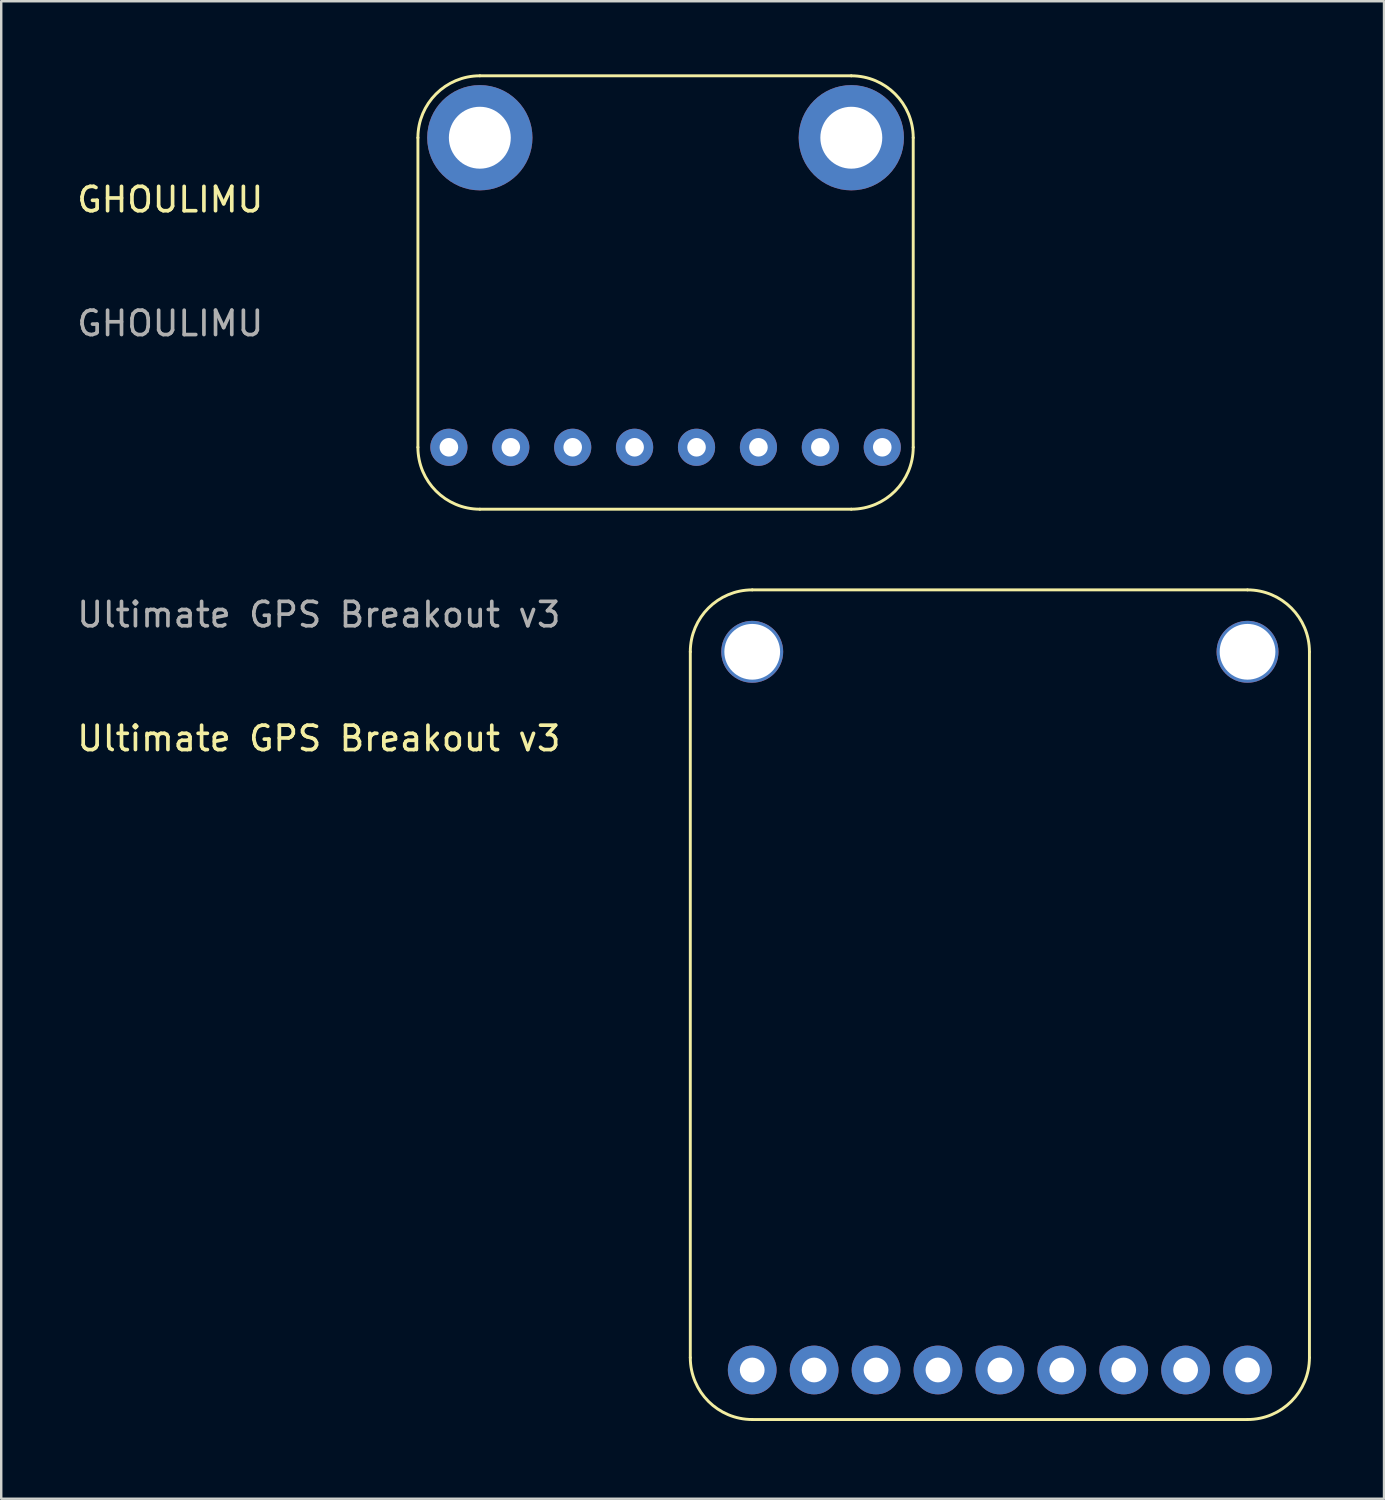
<source format=kicad_pcb>
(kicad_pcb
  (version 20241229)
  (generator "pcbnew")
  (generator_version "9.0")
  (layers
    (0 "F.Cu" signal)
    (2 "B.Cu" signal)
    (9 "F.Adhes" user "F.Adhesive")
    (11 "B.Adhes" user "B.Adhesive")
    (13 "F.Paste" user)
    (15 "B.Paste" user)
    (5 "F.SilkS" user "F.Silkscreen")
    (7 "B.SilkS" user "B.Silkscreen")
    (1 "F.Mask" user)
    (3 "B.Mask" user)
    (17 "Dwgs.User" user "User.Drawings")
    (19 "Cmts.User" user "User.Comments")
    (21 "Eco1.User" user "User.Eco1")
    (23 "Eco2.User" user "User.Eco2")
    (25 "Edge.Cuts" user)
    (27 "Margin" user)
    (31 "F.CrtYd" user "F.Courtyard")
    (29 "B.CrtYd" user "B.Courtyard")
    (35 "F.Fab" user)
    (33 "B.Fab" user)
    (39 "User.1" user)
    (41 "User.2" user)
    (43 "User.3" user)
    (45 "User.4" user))
  (footprint "Ultimate GPS Breakout v3"
    (layer "F.Cu")
    (at 25.27 55.186)
    (property "Reference" "Ultimate GPS Breakout v3" (at -15.24 -27.94 0) (unlocked yes) (layer "F.SilkS") (effects (font (size 1 1) (thickness 0.15))))
    (attr through_hole)
    (fp_line (start 0 -2.54) (end 0 -31.496) (stroke (width 0.12) (type solid)) (layer "F.SilkS"))
    (fp_line (start 2.54 0) (end 22.86 0) (stroke (width 0.12) (type solid)) (layer "F.SilkS"))
    (fp_line (start 22.86 -34.036) (end 2.54 -34.036) (stroke (width 0.12) (type solid)) (layer "F.SilkS"))
    (fp_line (start 25.4 -2.54) (end 25.4 -31.496) (stroke (width 0.12) (type solid)) (layer "F.SilkS"))
    (fp_arc (start 0 -31.496) (mid 0.743949 -33.292051) (end 2.54 -34.036) (stroke (width 0.12) (type solid)) (layer "F.SilkS"))
    (fp_arc (start 2.54 0) (mid 0.743949 -0.743949) (end 0 -2.54) (stroke (width 0.12) (type solid)) (layer "F.SilkS"))
    (fp_arc (start 22.86 -34.036) (mid 24.656051 -33.292051) (end 25.4 -31.496) (stroke (width 0.12) (type solid)) (layer "F.SilkS"))
    (fp_arc (start 25.4 -2.54) (mid 24.656051 -0.743949) (end 22.86 0) (stroke (width 0.12) (type solid)) (layer "F.SilkS"))
    (fp_text user "${REFERENCE}" (at -15.24 -33.02 0) (unlocked yes) (layer "F.Fab") (effects (font (size 1 1) (thickness 0.15))))
    (pad "1" thru_hole circle (at 2.54 -2.032) (size 2 2) (drill 1.016) (layers "*.Cu" "*.Mask"))
    (pad "2" thru_hole circle (at 5.08 -2.032) (size 2 2) (drill 1.016) (layers "*.Cu" "*.Mask"))
    (pad "3" thru_hole circle (at 7.62 -2.032) (size 2 2) (drill 1.016) (layers "*.Cu" "*.Mask"))
    (pad "4" thru_hole circle (at 10.16 -2.032) (size 2 2) (drill 1.016) (layers "*.Cu" "*.Mask"))
    (pad "5" thru_hole circle (at 12.7 -2.032) (size 2 2) (drill 1.016) (layers "*.Cu" "*.Mask"))
    (pad "6" thru_hole circle (at 15.24 -2.032) (size 2 2) (drill 1.016) (layers "*.Cu" "*.Mask"))
    (pad "7" thru_hole circle (at 17.78 -2.032) (size 2 2) (drill 1.016) (layers "*.Cu" "*.Mask"))
    (pad "8" thru_hole circle (at 20.32 -2.032) (size 2 2) (drill 1.016) (layers "*.Cu" "*.Mask"))
    (pad "9" thru_hole circle (at 22.86 -2.032) (size 2 2) (drill 1.016) (layers "*.Cu" "*.Mask"))
    (pad "10" thru_hole circle (at 2.54 -31.496) (size 2.54 2.54) (drill 2.286) (layers "*.Cu" "*.Mask"))
    (pad "11" thru_hole circle (at 22.86 -31.496) (size 2.54 2.54) (drill 2.286) (layers "*.Cu" "*.Mask" "Eco1.User")))
  (footprint "GHOULIMU"
    (layer "F.Cu")
    (at 14.095 17.84)
    (property "Reference" "GHOULIMU" (at -10.16 -12.7 0) (unlocked yes) (layer "F.SilkS") (effects (font (size 1 1) (thickness 0.15))))
    (attr through_hole)
    (fp_line (start 0 -2.54) (end 0 -15.24) (stroke (width 0.12) (type solid)) (layer "F.SilkS"))
    (fp_line (start 2.54 -17.78) (end 17.78 -17.78) (stroke (width 0.12) (type solid)) (layer "F.SilkS"))
    (fp_line (start 17.78 0) (end 2.54 0) (stroke (width 0.12) (type solid)) (layer "F.SilkS"))
    (fp_line (start 20.32 -15.24) (end 20.32 -2.54) (stroke (width 0.12) (type solid)) (layer "F.SilkS"))
    (fp_arc (start 0 -15.24) (mid 0.743949 -17.036051) (end 2.54 -17.78) (stroke (width 0.12) (type solid)) (layer "F.SilkS"))
    (fp_arc (start 2.54 0) (mid 0.743949 -0.743949) (end 0 -2.54) (stroke (width 0.12) (type solid)) (layer "F.SilkS"))
    (fp_arc (start 17.78 -17.78) (mid 19.576051 -17.036051) (end 20.32 -15.24) (stroke (width 0.12) (type solid)) (layer "F.SilkS"))
    (fp_arc (start 20.32 -2.54) (mid 19.576051 -0.743949) (end 17.78 0) (stroke (width 0.12) (type solid)) (layer "F.SilkS"))
    (fp_text user "${REFERENCE}" (at -10.16 -7.62 0) (unlocked yes) (layer "F.Fab") (effects (font (size 1 1) (thickness 0.15))))
    (pad "1" thru_hole circle (at 1.27 -2.54) (size 1.524 1.524) (drill 0.762) (layers "*.Cu" "*.Mask"))
    (pad "2" thru_hole circle (at 3.81 -2.54) (size 1.524 1.524) (drill 0.762) (layers "*.Cu" "*.Mask"))
    (pad "3" thru_hole circle (at 6.35 -2.54) (size 1.524 1.524) (drill 0.762) (layers "*.Cu" "*.Mask"))
    (pad "4" thru_hole circle (at 8.89 -2.54) (size 1.524 1.524) (drill 0.762) (layers "*.Cu" "*.Mask"))
    (pad "5" thru_hole circle (at 11.43 -2.54) (size 1.524 1.524) (drill 0.762) (layers "*.Cu" "*.Mask"))
    (pad "6" thru_hole circle (at 13.97 -2.54) (size 1.524 1.524) (drill 0.762) (layers "*.Cu" "*.Mask"))
    (pad "7" thru_hole circle (at 16.51 -2.54) (size 1.524 1.524) (drill 0.762) (layers "*.Cu" "*.Mask"))
    (pad "8" thru_hole circle (at 19.05 -2.54) (size 1.524 1.524) (drill 0.762) (layers "*.Cu" "*.Mask"))
    (pad "9" thru_hole circle (at 2.54 -15.24) (size 4.318 4.318) (drill 2.54) (layers "*.Cu" "*.Mask"))
    (pad "10" thru_hole circle (at 17.78 -15.24) (size 4.318 4.318) (drill 2.54) (layers "*.Cu" "*.Mask")))
  (gr_rect
    (start -3 -3)
    (end 53.73 58.436)
    (stroke (width 0.1) (type default))
    (fill no)
    (layer "Edge.Cuts")))
</source>
